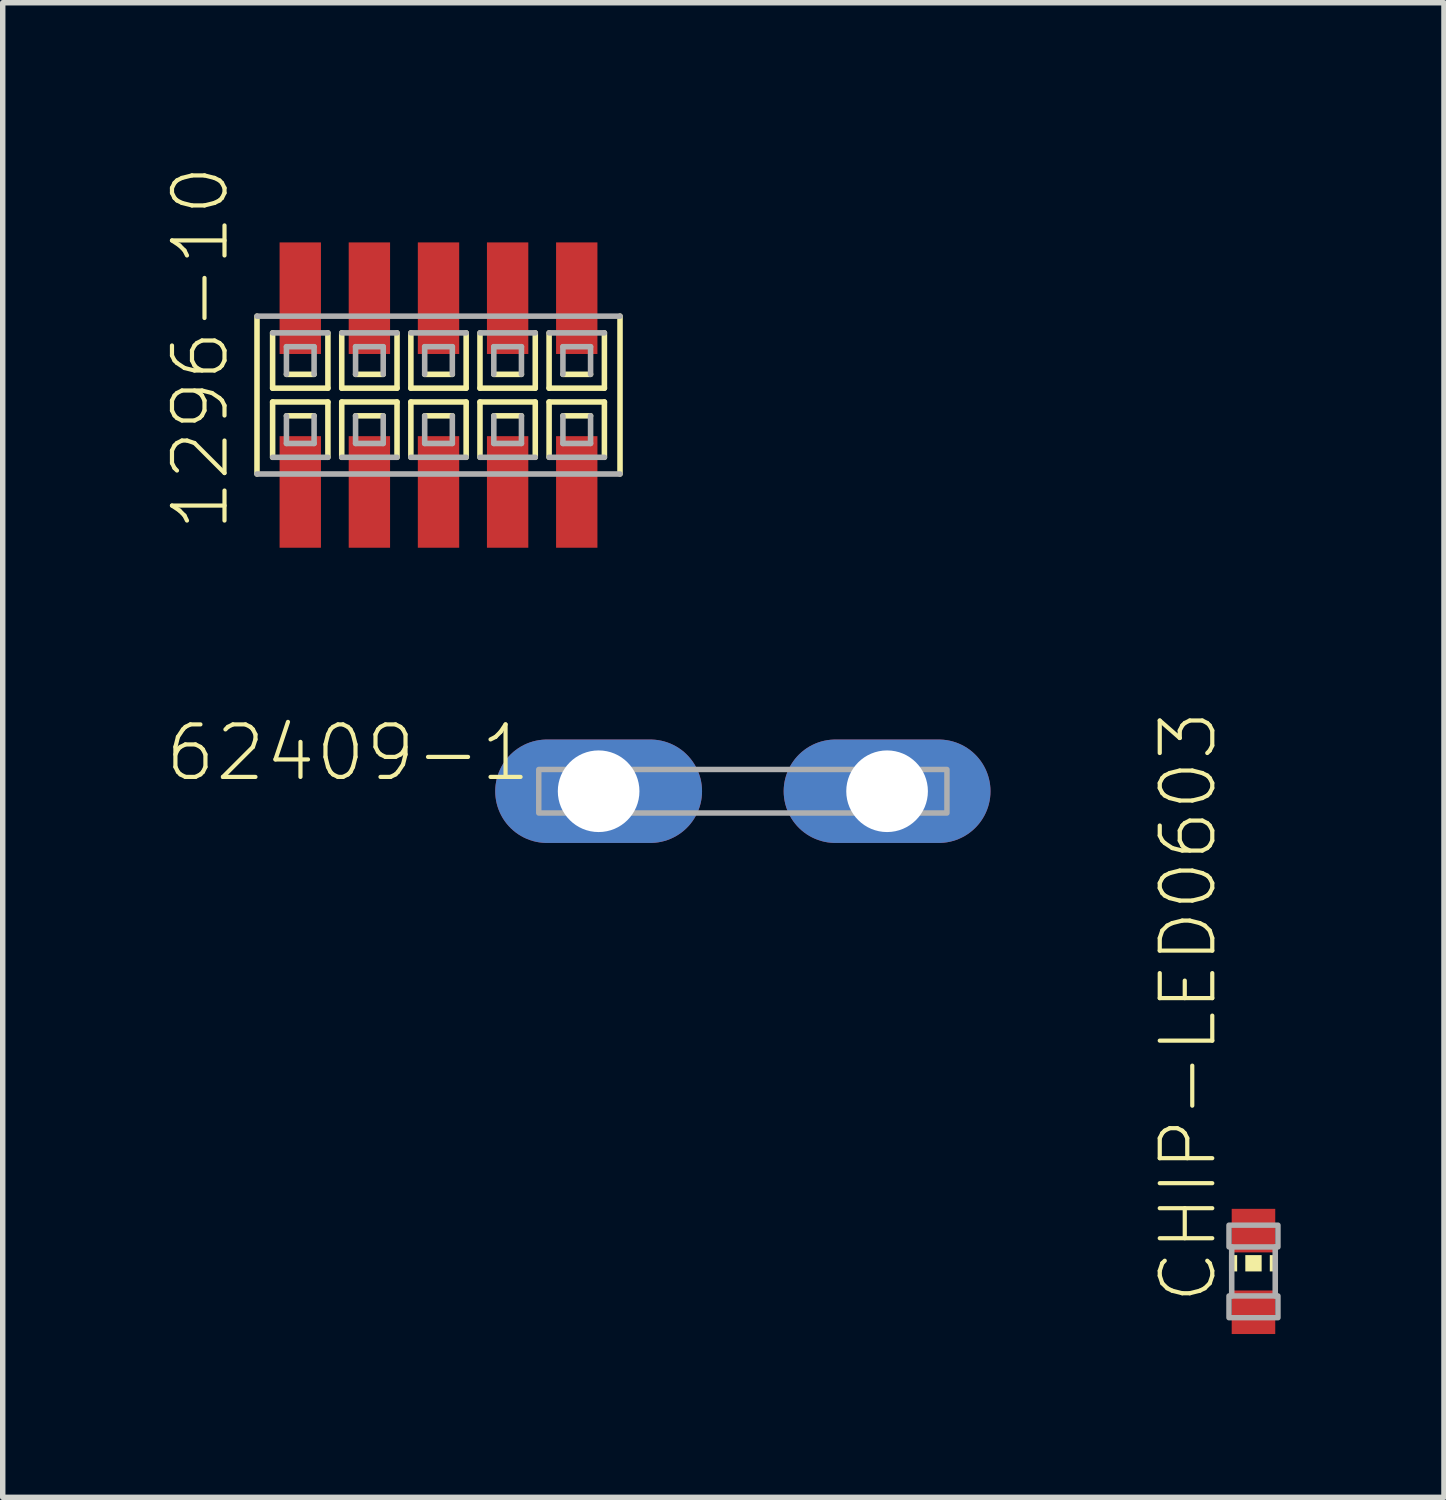
<source format=kicad_pcb>
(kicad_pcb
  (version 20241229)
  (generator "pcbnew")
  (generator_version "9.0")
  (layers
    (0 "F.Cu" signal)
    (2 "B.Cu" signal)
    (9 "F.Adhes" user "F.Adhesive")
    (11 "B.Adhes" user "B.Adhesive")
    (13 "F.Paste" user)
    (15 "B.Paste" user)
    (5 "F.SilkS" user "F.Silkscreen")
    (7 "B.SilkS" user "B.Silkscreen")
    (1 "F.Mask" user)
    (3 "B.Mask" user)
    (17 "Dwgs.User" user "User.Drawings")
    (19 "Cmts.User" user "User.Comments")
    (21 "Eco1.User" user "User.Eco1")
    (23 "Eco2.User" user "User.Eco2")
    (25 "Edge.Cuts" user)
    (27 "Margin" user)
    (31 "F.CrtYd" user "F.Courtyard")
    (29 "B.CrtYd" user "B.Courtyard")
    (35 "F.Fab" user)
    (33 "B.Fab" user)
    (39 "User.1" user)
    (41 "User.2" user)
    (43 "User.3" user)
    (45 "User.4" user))
  (footprint "62409-1"
    (layer "F.Cu")
    (at 10.599 11.488)
    (property "Reference" "62409-1" (at -3.85 -1.27 180) (layer "F.SilkS") (effects (font (size 0.965 0.965) (thickness 0.077)) (justify right top)))
    (attr through_hole)
    (fp_poly (pts (xy -3.75 0.4) (xy 3.75 0.4) (xy 3.75 -0.4) (xy -3.75 -0.4)) (stroke (width 0.1) (type solid)) (fill no) (layer "F.Fab"))
    (pad "A1" thru_hole oval (at -2.65 0) (size 3.8 1.9) (drill 1.5) (layers "*.Cu" "*.Mask"))
    (pad "A2" thru_hole oval (at 2.65 0) (size 3.8 1.9) (drill 1.5) (layers "*.Cu" "*.Mask")))
  (footprint "CHIP-LED0603"
    (layer "F.Cu")
    (at 19.981 20.311)
    (property "Reference" "CHIP-LED0603" (at -0.635 0.635 90) (layer "F.SilkS") (effects (font (size 0.965 0.965) (thickness 0.077)) (justify left bottom)))
    (attr through_hole)
    (fp_poly (pts (xy -0.45 0) (xy -0.3 0) (xy -0.3 -0.3) (xy -0.45 -0.3)) (stroke (width 0) (type solid)) (fill yes) (layer "F.SilkS"))
    (fp_poly (pts (xy -0.15 0) (xy 0.15 0) (xy 0.15 -0.3) (xy -0.15 -0.3)) (stroke (width 0) (type solid)) (fill yes) (layer "F.SilkS"))
    (fp_poly (pts (xy 0.3 0) (xy 0.45 0) (xy 0.45 -0.3) (xy 0.3 -0.3)) (stroke (width 0) (type solid)) (fill yes) (layer "F.SilkS"))
    (fp_line (start -0.4 -0.45) (end -0.4 0.45) (stroke (width 0.102) (type solid)) (layer "F.Fab"))
    (fp_line (start 0.4 -0.45) (end 0.4 0.45) (stroke (width 0.102) (type solid)) (layer "F.Fab"))
    (fp_poly (pts (xy -0.45 -0.45) (xy 0.45 -0.45) (xy 0.45 -0.85) (xy -0.45 -0.85)) (stroke (width 0.1) (type solid)) (fill no) (layer "F.Fab"))
    (fp_poly (pts (xy -0.45 0.85) (xy 0.45 0.85) (xy 0.45 0.45) (xy -0.45 0.45)) (stroke (width 0.1) (type solid)) (fill no) (layer "F.Fab"))
    (pad "A" smd rect (at 0 0.75) (size 0.8 0.8) (layers "F.Cu" "F.Mask" "F.Paste"))
    (pad "C" smd rect (at 0 -0.75) (size 0.8 0.8) (layers "F.Cu" "F.Mask" "F.Paste")))
  (footprint "1296-10"
    (layer "F.Cu")
    (at 5.007 4.209)
    (property "Reference" "1296-10" (at -3.81 2.54 90) (layer "F.SilkS") (effects (font (size 0.965 0.965) (thickness 0.077)) (justify left bottom)))
    (attr through_hole)
    (fp_line (start -3.335 -1.45) (end -3.335 1.45) (stroke (width 0.102) (type solid)) (layer "F.SilkS"))
    (fp_line (start -3.048 -1.143) (end -3.048 -0.127) (stroke (width 0.102) (type solid)) (layer "F.SilkS"))
    (fp_line (start -3.048 -0.127) (end -2.032 -0.127) (stroke (width 0.102) (type solid)) (layer "F.SilkS"))
    (fp_line (start -3.048 0.127) (end -3.048 1.143) (stroke (width 0.102) (type solid)) (layer "F.SilkS"))
    (fp_line (start -2.794 -0.381) (end -2.286 -0.381) (stroke (width 0.102) (type solid)) (layer "F.SilkS"))
    (fp_line (start -2.286 0.381) (end -2.794 0.381) (stroke (width 0.102) (type solid)) (layer "F.SilkS"))
    (fp_line (start -2.032 -0.127) (end -2.032 -1.143) (stroke (width 0.102) (type solid)) (layer "F.SilkS"))
    (fp_line (start -2.032 0.127) (end -3.048 0.127) (stroke (width 0.102) (type solid)) (layer "F.SilkS"))
    (fp_line (start -2.032 1.143) (end -2.032 0.127) (stroke (width 0.102) (type solid)) (layer "F.SilkS"))
    (fp_line (start -1.778 -1.143) (end -1.778 -0.127) (stroke (width 0.102) (type solid)) (layer "F.SilkS"))
    (fp_line (start -1.778 -0.127) (end -0.762 -0.127) (stroke (width 0.102) (type solid)) (layer "F.SilkS"))
    (fp_line (start -1.778 0.127) (end -1.778 1.143) (stroke (width 0.102) (type solid)) (layer "F.SilkS"))
    (fp_line (start -1.524 -0.381) (end -1.016 -0.381) (stroke (width 0.102) (type solid)) (layer "F.SilkS"))
    (fp_line (start -1.016 0.381) (end -1.524 0.381) (stroke (width 0.102) (type solid)) (layer "F.SilkS"))
    (fp_line (start -0.762 -0.127) (end -0.762 -1.143) (stroke (width 0.102) (type solid)) (layer "F.SilkS"))
    (fp_line (start -0.762 0.127) (end -1.778 0.127) (stroke (width 0.102) (type solid)) (layer "F.SilkS"))
    (fp_line (start -0.762 1.143) (end -0.762 0.127) (stroke (width 0.102) (type solid)) (layer "F.SilkS"))
    (fp_line (start -0.508 -1.143) (end -0.508 -0.127) (stroke (width 0.102) (type solid)) (layer "F.SilkS"))
    (fp_line (start -0.508 -0.127) (end 0.508 -0.127) (stroke (width 0.102) (type solid)) (layer "F.SilkS"))
    (fp_line (start -0.508 0.127) (end -0.508 1.143) (stroke (width 0.102) (type solid)) (layer "F.SilkS"))
    (fp_line (start -0.254 -0.381) (end 0.254 -0.381) (stroke (width 0.102) (type solid)) (layer "F.SilkS"))
    (fp_line (start 0.254 0.381) (end -0.254 0.381) (stroke (width 0.102) (type solid)) (layer "F.SilkS"))
    (fp_line (start 0.508 -0.127) (end 0.508 -1.143) (stroke (width 0.102) (type solid)) (layer "F.SilkS"))
    (fp_line (start 0.508 0.127) (end -0.508 0.127) (stroke (width 0.102) (type solid)) (layer "F.SilkS"))
    (fp_line (start 0.508 1.143) (end 0.508 0.127) (stroke (width 0.102) (type solid)) (layer "F.SilkS"))
    (fp_line (start 0.762 -1.143) (end 0.762 -0.127) (stroke (width 0.102) (type solid)) (layer "F.SilkS"))
    (fp_line (start 0.762 -0.127) (end 1.778 -0.127) (stroke (width 0.102) (type solid)) (layer "F.SilkS"))
    (fp_line (start 0.762 0.127) (end 0.762 1.143) (stroke (width 0.102) (type solid)) (layer "F.SilkS"))
    (fp_line (start 1.016 -0.381) (end 1.524 -0.381) (stroke (width 0.102) (type solid)) (layer "F.SilkS"))
    (fp_line (start 1.524 0.381) (end 1.016 0.381) (stroke (width 0.102) (type solid)) (layer "F.SilkS"))
    (fp_line (start 1.778 -0.127) (end 1.778 -1.143) (stroke (width 0.102) (type solid)) (layer "F.SilkS"))
    (fp_line (start 1.778 0.127) (end 0.762 0.127) (stroke (width 0.102) (type solid)) (layer "F.SilkS"))
    (fp_line (start 1.778 1.143) (end 1.778 0.127) (stroke (width 0.102) (type solid)) (layer "F.SilkS"))
    (fp_line (start 2.032 -1.143) (end 2.032 -0.127) (stroke (width 0.102) (type solid)) (layer "F.SilkS"))
    (fp_line (start 2.032 -0.127) (end 3.048 -0.127) (stroke (width 0.102) (type solid)) (layer "F.SilkS"))
    (fp_line (start 2.032 0.127) (end 2.032 1.143) (stroke (width 0.102) (type solid)) (layer "F.SilkS"))
    (fp_line (start 2.286 -0.381) (end 2.794 -0.381) (stroke (width 0.102) (type solid)) (layer "F.SilkS"))
    (fp_line (start 2.794 0.381) (end 2.286 0.381) (stroke (width 0.102) (type solid)) (layer "F.SilkS"))
    (fp_line (start 3.048 -0.127) (end 3.048 -1.143) (stroke (width 0.102) (type solid)) (layer "F.SilkS"))
    (fp_line (start 3.048 0.127) (end 2.032 0.127) (stroke (width 0.102) (type solid)) (layer "F.SilkS"))
    (fp_line (start 3.048 1.143) (end 3.048 0.127) (stroke (width 0.102) (type solid)) (layer "F.SilkS"))
    (fp_line (start 3.335 1.45) (end 3.335 -1.45) (stroke (width 0.102) (type solid)) (layer "F.SilkS"))
    (fp_line (start -3.335 1.45) (end 3.335 1.45) (stroke (width 0.102) (type solid)) (layer "F.Fab"))
    (fp_line (start -3.048 1.143) (end -2.032 1.143) (stroke (width 0.102) (type solid)) (layer "F.Fab"))
    (fp_line (start -2.794 -0.889) (end -2.794 -0.381) (stroke (width 0.102) (type solid)) (layer "F.Fab"))
    (fp_line (start -2.794 0.381) (end -2.794 0.889) (stroke (width 0.102) (type solid)) (layer "F.Fab"))
    (fp_line (start -2.794 0.889) (end -2.286 0.889) (stroke (width 0.102) (type solid)) (layer "F.Fab"))
    (fp_line (start -2.286 -0.889) (end -2.794 -0.889) (stroke (width 0.102) (type solid)) (layer "F.Fab"))
    (fp_line (start -2.286 -0.381) (end -2.286 -0.889) (stroke (width 0.102) (type solid)) (layer "F.Fab"))
    (fp_line (start -2.286 0.889) (end -2.286 0.381) (stroke (width 0.102) (type solid)) (layer "F.Fab"))
    (fp_line (start -2.032 -1.143) (end -3.048 -1.143) (stroke (width 0.102) (type solid)) (layer "F.Fab"))
    (fp_line (start -1.778 1.143) (end -0.762 1.143) (stroke (width 0.102) (type solid)) (layer "F.Fab"))
    (fp_line (start -1.524 -0.889) (end -1.524 -0.381) (stroke (width 0.102) (type solid)) (layer "F.Fab"))
    (fp_line (start -1.524 0.381) (end -1.524 0.889) (stroke (width 0.102) (type solid)) (layer "F.Fab"))
    (fp_line (start -1.524 0.889) (end -1.016 0.889) (stroke (width 0.102) (type solid)) (layer "F.Fab"))
    (fp_line (start -1.016 -0.889) (end -1.524 -0.889) (stroke (width 0.102) (type solid)) (layer "F.Fab"))
    (fp_line (start -1.016 -0.381) (end -1.016 -0.889) (stroke (width 0.102) (type solid)) (layer "F.Fab"))
    (fp_line (start -1.016 0.889) (end -1.016 0.381) (stroke (width 0.102) (type solid)) (layer "F.Fab"))
    (fp_line (start -0.762 -1.143) (end -1.778 -1.143) (stroke (width 0.102) (type solid)) (layer "F.Fab"))
    (fp_line (start -0.508 1.143) (end 0.508 1.143) (stroke (width 0.102) (type solid)) (layer "F.Fab"))
    (fp_line (start -0.254 -0.889) (end -0.254 -0.381) (stroke (width 0.102) (type solid)) (layer "F.Fab"))
    (fp_line (start -0.254 0.381) (end -0.254 0.889) (stroke (width 0.102) (type solid)) (layer "F.Fab"))
    (fp_line (start -0.254 0.889) (end 0.254 0.889) (stroke (width 0.102) (type solid)) (layer "F.Fab"))
    (fp_line (start 0.254 -0.889) (end -0.254 -0.889) (stroke (width 0.102) (type solid)) (layer "F.Fab"))
    (fp_line (start 0.254 -0.381) (end 0.254 -0.889) (stroke (width 0.102) (type solid)) (layer "F.Fab"))
    (fp_line (start 0.254 0.889) (end 0.254 0.381) (stroke (width 0.102) (type solid)) (layer "F.Fab"))
    (fp_line (start 0.508 -1.143) (end -0.508 -1.143) (stroke (width 0.102) (type solid)) (layer "F.Fab"))
    (fp_line (start 0.762 1.143) (end 1.778 1.143) (stroke (width 0.102) (type solid)) (layer "F.Fab"))
    (fp_line (start 1.016 -0.889) (end 1.016 -0.381) (stroke (width 0.102) (type solid)) (layer "F.Fab"))
    (fp_line (start 1.016 0.381) (end 1.016 0.889) (stroke (width 0.102) (type solid)) (layer "F.Fab"))
    (fp_line (start 1.016 0.889) (end 1.524 0.889) (stroke (width 0.102) (type solid)) (layer "F.Fab"))
    (fp_line (start 1.524 -0.889) (end 1.016 -0.889) (stroke (width 0.102) (type solid)) (layer "F.Fab"))
    (fp_line (start 1.524 -0.381) (end 1.524 -0.889) (stroke (width 0.102) (type solid)) (layer "F.Fab"))
    (fp_line (start 1.524 0.889) (end 1.524 0.381) (stroke (width 0.102) (type solid)) (layer "F.Fab"))
    (fp_line (start 1.778 -1.143) (end 0.762 -1.143) (stroke (width 0.102) (type solid)) (layer "F.Fab"))
    (fp_line (start 2.032 1.143) (end 3.048 1.143) (stroke (width 0.102) (type solid)) (layer "F.Fab"))
    (fp_line (start 2.286 -0.889) (end 2.286 -0.381) (stroke (width 0.102) (type solid)) (layer "F.Fab"))
    (fp_line (start 2.286 0.381) (end 2.286 0.889) (stroke (width 0.102) (type solid)) (layer "F.Fab"))
    (fp_line (start 2.286 0.889) (end 2.794 0.889) (stroke (width 0.102) (type solid)) (layer "F.Fab"))
    (fp_line (start 2.794 -0.889) (end 2.286 -0.889) (stroke (width 0.102) (type solid)) (layer "F.Fab"))
    (fp_line (start 2.794 -0.381) (end 2.794 -0.889) (stroke (width 0.102) (type solid)) (layer "F.Fab"))
    (fp_line (start 2.794 0.889) (end 2.794 0.381) (stroke (width 0.102) (type solid)) (layer "F.Fab"))
    (fp_line (start 3.048 -1.143) (end 2.032 -1.143) (stroke (width 0.102) (type solid)) (layer "F.Fab"))
    (fp_line (start 3.335 -1.45) (end -3.335 -1.45) (stroke (width 0.102) (type solid)) (layer "F.Fab"))
    (pad "1" smd rect (at -2.54 1.78) (size 0.76 2.05) (layers "F.Cu" "F.Mask" "F.Paste"))
    (pad "2" smd rect (at -2.54 -1.78) (size 0.76 2.05) (layers "F.Cu" "F.Mask" "F.Paste"))
    (pad "3" smd rect (at -1.27 1.78) (size 0.76 2.05) (layers "F.Cu" "F.Mask" "F.Paste"))
    (pad "4" smd rect (at -1.27 -1.78) (size 0.76 2.05) (layers "F.Cu" "F.Mask" "F.Paste"))
    (pad "5" smd rect (at 0 1.78) (size 0.76 2.05) (layers "F.Cu" "F.Mask" "F.Paste"))
    (pad "6" smd rect (at 0 -1.78) (size 0.76 2.05) (layers "F.Cu" "F.Mask" "F.Paste"))
    (pad "7" smd rect (at 1.27 1.78) (size 0.76 2.05) (layers "F.Cu" "F.Mask" "F.Paste"))
    (pad "8" smd rect (at 1.27 -1.78) (size 0.76 2.05) (layers "F.Cu" "F.Mask" "F.Paste"))
    (pad "9" smd rect (at 2.54 1.78) (size 0.76 2.05) (layers "F.Cu" "F.Mask" "F.Paste"))
    (pad "10" smd rect (at 2.54 -1.78) (size 0.76 2.05) (layers "F.Cu" "F.Mask" "F.Paste")))
  (gr_rect
    (start -3 -3)
    (end 23.481 24.461)
    (stroke (width 0.1) (type default))
    (fill no)
    (layer "Edge.Cuts")))
</source>
